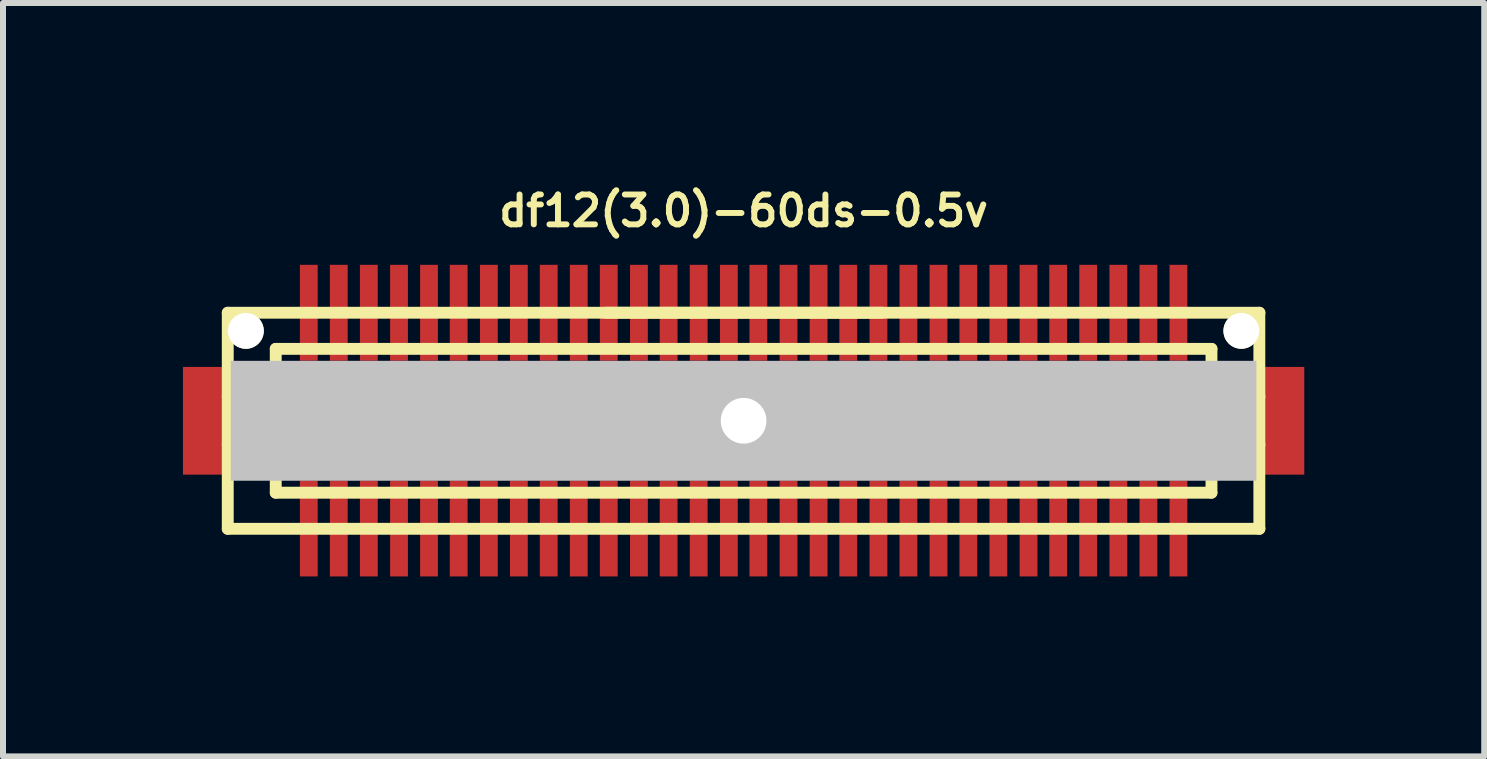
<source format=kicad_pcb>
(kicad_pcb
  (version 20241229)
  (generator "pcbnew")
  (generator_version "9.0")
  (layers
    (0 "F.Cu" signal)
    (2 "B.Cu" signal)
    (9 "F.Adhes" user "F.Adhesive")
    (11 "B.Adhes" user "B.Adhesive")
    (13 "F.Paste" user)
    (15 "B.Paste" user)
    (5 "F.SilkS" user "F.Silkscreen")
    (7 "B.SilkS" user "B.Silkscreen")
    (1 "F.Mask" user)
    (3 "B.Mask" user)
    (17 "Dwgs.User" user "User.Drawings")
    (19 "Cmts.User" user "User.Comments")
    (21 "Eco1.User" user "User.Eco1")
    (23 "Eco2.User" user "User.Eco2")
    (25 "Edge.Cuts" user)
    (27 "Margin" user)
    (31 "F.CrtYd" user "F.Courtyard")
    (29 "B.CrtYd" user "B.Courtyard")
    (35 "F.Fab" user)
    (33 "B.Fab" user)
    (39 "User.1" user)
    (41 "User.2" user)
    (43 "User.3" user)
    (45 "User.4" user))
  (footprint "df12(3.0)-60ds-0.5v"
    (layer "F.Cu")
    (at 9.347 3.965)
    (property "Reference" "df12(3.0)-60ds-0.5v" (at 0 -3.5 0) (layer "F.SilkS") (effects (font (size 0.498 0.498) (thickness 0.099))))
    (attr through_hole)
    (fp_line (start -8.6 -1.801) (end 8.6 -1.801) (stroke (width 0.198) (type solid)) (layer "F.SilkS"))
    (fp_line (start -8.6 1.801) (end -8.6 -1.801) (stroke (width 0.198) (type solid)) (layer "F.SilkS"))
    (fp_line (start -8.6 1.801) (end 8.6 1.801) (stroke (width 0.198) (type solid)) (layer "F.SilkS"))
    (fp_line (start -7.8 -0.701) (end 7.8 -0.701) (stroke (width 0.198) (type solid)) (layer "F.SilkS"))
    (fp_line (start -7.8 -0.399) (end -8.6 -0.399) (stroke (width 0.198) (type solid)) (layer "F.SilkS"))
    (fp_line (start -7.8 0.399) (end -8.6 0.399) (stroke (width 0.198) (type solid)) (layer "F.SilkS"))
    (fp_line (start -7.8 0.701) (end 7.8 0.701) (stroke (width 0.198) (type solid)) (layer "F.SilkS"))
    (fp_line (start -7.8 1.199) (end -7.8 -1.199) (stroke (width 0.198) (type solid)) (layer "F.SilkS"))
    (fp_line (start -2.301 -1.801) (end 2.301 -1.801) (stroke (width 0.198) (type solid)) (layer "F.SilkS"))
    (fp_line (start 7.8 -1.199) (end -7.8 -1.199) (stroke (width 0.198) (type solid)) (layer "F.SilkS"))
    (fp_line (start 7.8 -1.199) (end 7.8 1.199) (stroke (width 0.198) (type solid)) (layer "F.SilkS"))
    (fp_line (start 7.8 -0.399) (end 8.6 -0.399) (stroke (width 0.198) (type solid)) (layer "F.SilkS"))
    (fp_line (start 7.8 1.199) (end -7.8 1.199) (stroke (width 0.198) (type solid)) (layer "F.SilkS"))
    (fp_line (start 8.598 -1.801) (end 8.598 1.801) (stroke (width 0.198) (type solid)) (layer "F.SilkS"))
    (fp_line (start 8.6 0.399) (end 7.8 0.399) (stroke (width 0.198) (type solid)) (layer "F.SilkS"))
    (pad "" smd rect (at -8.948 0) (size 0.798 1.796) (layers "F.Cu" "F.Mask" "F.Paste"))
    (pad "" np_thru_hole circle (at -8.298 -1.499) (size 0.597 0.597) (drill 0.597) (layers "*.Cu" "*.Mask" "F.SilkS"))
    (pad "" np_thru_hole rect (at 0 0) (size 17.099 1.999) (drill 0.762) (layers "Dwgs.User"))
    (pad "" np_thru_hole circle (at 8.298 -1.499) (size 0.597 0.597) (drill 0.597) (layers "*.Cu" "*.Mask" "F.SilkS"))
    (pad "" smd rect (at 8.948 0) (size 0.798 1.796) (layers "F.Cu" "F.Mask" "F.Paste"))
    (pad "1" smd rect (at -7.249 1.796) (size 0.297 1.598) (layers "F.Cu" "F.Mask" "F.Paste"))
    (pad "2" smd rect (at -6.749 1.796) (size 0.297 1.598) (layers "F.Cu" "F.Mask" "F.Paste"))
    (pad "3" smd rect (at -6.248 1.796) (size 0.297 1.598) (layers "F.Cu" "F.Mask" "F.Paste"))
    (pad "4" smd rect (at -5.745 1.796) (size 0.297 1.598) (layers "F.Cu" "F.Mask" "F.Paste"))
    (pad "5" smd rect (at -5.245 1.796) (size 0.297 1.598) (layers "F.Cu" "F.Mask" "F.Paste"))
    (pad "6" smd rect (at -4.75 1.796) (size 0.297 1.598) (layers "F.Cu" "F.Mask" "F.Paste"))
    (pad "7" smd rect (at -4.247 1.796) (size 0.297 1.598) (layers "F.Cu" "F.Mask" "F.Paste"))
    (pad "8" smd rect (at -3.747 1.796) (size 0.297 1.598) (layers "F.Cu" "F.Mask" "F.Paste"))
    (pad "9" smd rect (at -3.249 1.796) (size 0.297 1.598) (layers "F.Cu" "F.Mask" "F.Paste"))
    (pad "10" smd rect (at -2.748 1.796) (size 0.297 1.598) (layers "F.Cu" "F.Mask" "F.Paste"))
    (pad "11" smd rect (at -2.248 1.796) (size 0.297 1.598) (layers "F.Cu" "F.Mask" "F.Paste"))
    (pad "12" smd rect (at -1.745 1.796) (size 0.297 1.598) (layers "F.Cu" "F.Mask" "F.Paste"))
    (pad "13" smd rect (at -1.25 1.796) (size 0.297 1.598) (layers "F.Cu" "F.Mask" "F.Paste"))
    (pad "14" smd rect (at -0.749 1.796) (size 0.297 1.598) (layers "F.Cu" "F.Mask" "F.Paste"))
    (pad "15" smd rect (at -0.246 1.796) (size 0.297 1.598) (layers "F.Cu" "F.Mask" "F.Paste"))
    (pad "16" smd rect (at 0.246 1.796) (size 0.297 1.598) (layers "F.Cu" "F.Mask" "F.Paste"))
    (pad "17" smd rect (at 0.749 1.796) (size 0.297 1.598) (layers "F.Cu" "F.Mask" "F.Paste"))
    (pad "18" smd rect (at 1.25 1.796) (size 0.297 1.598) (layers "F.Cu" "F.Mask" "F.Paste"))
    (pad "19" smd rect (at 1.745 1.796) (size 0.297 1.598) (layers "F.Cu" "F.Mask" "F.Paste"))
    (pad "20" smd rect (at 2.248 1.796) (size 0.297 1.598) (layers "F.Cu" "F.Mask" "F.Paste"))
    (pad "21" smd rect (at 2.748 1.796) (size 0.297 1.598) (layers "F.Cu" "F.Mask" "F.Paste"))
    (pad "22" smd rect (at 3.249 1.796) (size 0.297 1.598) (layers "F.Cu" "F.Mask" "F.Paste"))
    (pad "23" smd rect (at 3.747 1.796) (size 0.297 1.598) (layers "F.Cu" "F.Mask" "F.Paste"))
    (pad "24" smd rect (at 4.247 1.796) (size 0.297 1.598) (layers "F.Cu" "F.Mask" "F.Paste"))
    (pad "25" smd rect (at 4.75 1.796) (size 0.297 1.598) (layers "F.Cu" "F.Mask" "F.Paste"))
    (pad "26" smd rect (at 5.245 1.796) (size 0.297 1.598) (layers "F.Cu" "F.Mask" "F.Paste"))
    (pad "27" smd rect (at 5.745 1.796) (size 0.297 1.598) (layers "F.Cu" "F.Mask" "F.Paste"))
    (pad "28" smd rect (at 6.248 1.796) (size 0.297 1.598) (layers "F.Cu" "F.Mask" "F.Paste"))
    (pad "29" smd rect (at 6.749 1.796) (size 0.297 1.598) (layers "F.Cu" "F.Mask" "F.Paste"))
    (pad "30" smd rect (at 7.249 1.796) (size 0.297 1.598) (layers "F.Cu" "F.Mask" "F.Paste"))
    (pad "31" smd rect (at 7.249 -1.801) (size 0.297 1.598) (layers "F.Cu" "F.Mask" "F.Paste"))
    (pad "32" smd rect (at 6.749 -1.801) (size 0.297 1.598) (layers "F.Cu" "F.Mask" "F.Paste"))
    (pad "33" smd rect (at 6.248 -1.801) (size 0.297 1.598) (layers "F.Cu" "F.Mask" "F.Paste"))
    (pad "34" smd rect (at 5.745 -1.801) (size 0.297 1.598) (layers "F.Cu" "F.Mask" "F.Paste"))
    (pad "35" smd rect (at 5.245 -1.801) (size 0.297 1.598) (layers "F.Cu" "F.Mask" "F.Paste"))
    (pad "36" smd rect (at 4.75 -1.801) (size 0.297 1.598) (layers "F.Cu" "F.Mask" "F.Paste"))
    (pad "37" smd rect (at 4.247 -1.801) (size 0.297 1.598) (layers "F.Cu" "F.Mask" "F.Paste"))
    (pad "38" smd rect (at 3.747 -1.801) (size 0.297 1.598) (layers "F.Cu" "F.Mask" "F.Paste"))
    (pad "39" smd rect (at 3.249 -1.801) (size 0.297 1.598) (layers "F.Cu" "F.Mask" "F.Paste"))
    (pad "40" smd rect (at 2.748 -1.801) (size 0.297 1.598) (layers "F.Cu" "F.Mask" "F.Paste"))
    (pad "41" smd rect (at 2.248 -1.801) (size 0.297 1.598) (layers "F.Cu" "F.Mask" "F.Paste"))
    (pad "42" smd rect (at 1.745 -1.801) (size 0.297 1.598) (layers "F.Cu" "F.Mask" "F.Paste"))
    (pad "43" smd rect (at 1.25 -1.801) (size 0.297 1.598) (layers "F.Cu" "F.Mask" "F.Paste"))
    (pad "44" smd rect (at 0.749 -1.801) (size 0.297 1.598) (layers "F.Cu" "F.Mask" "F.Paste"))
    (pad "45" smd rect (at 0.246 -1.801) (size 0.297 1.598) (layers "F.Cu" "F.Mask" "F.Paste"))
    (pad "46" smd rect (at -0.246 -1.801) (size 0.297 1.598) (layers "F.Cu" "F.Mask" "F.Paste"))
    (pad "47" smd rect (at -0.749 -1.801) (size 0.297 1.598) (layers "F.Cu" "F.Mask" "F.Paste"))
    (pad "48" smd rect (at -1.25 -1.801) (size 0.297 1.598) (layers "F.Cu" "F.Mask" "F.Paste"))
    (pad "49" smd rect (at -1.745 -1.801) (size 0.297 1.598) (layers "F.Cu" "F.Mask" "F.Paste"))
    (pad "50" smd rect (at -2.248 -1.801) (size 0.297 1.598) (layers "F.Cu" "F.Mask" "F.Paste"))
    (pad "51" smd rect (at -2.748 -1.801) (size 0.297 1.598) (layers "F.Cu" "F.Mask" "F.Paste"))
    (pad "52" smd rect (at -3.249 -1.801) (size 0.297 1.598) (layers "F.Cu" "F.Mask" "F.Paste"))
    (pad "53" smd rect (at -3.747 -1.801) (size 0.297 1.598) (layers "F.Cu" "F.Mask" "F.Paste"))
    (pad "54" smd rect (at -4.247 -1.801) (size 0.297 1.598) (layers "F.Cu" "F.Mask" "F.Paste"))
    (pad "55" smd rect (at -4.75 -1.801) (size 0.297 1.598) (layers "F.Cu" "F.Mask" "F.Paste"))
    (pad "56" smd rect (at -5.245 -1.801) (size 0.297 1.598) (layers "F.Cu" "F.Mask" "F.Paste"))
    (pad "57" smd rect (at -5.745 -1.801) (size 0.297 1.598) (layers "F.Cu" "F.Mask" "F.Paste"))
    (pad "58" smd rect (at -6.248 -1.801) (size 0.297 1.598) (layers "F.Cu" "F.Mask" "F.Paste"))
    (pad "59" smd rect (at -6.749 -1.801) (size 0.297 1.598) (layers "F.Cu" "F.Mask" "F.Paste"))
    (pad "60" smd rect (at -7.249 -1.801) (size 0.297 1.598) (layers "F.Cu" "F.Mask" "F.Paste")))
  (gr_rect
    (start -3 -3)
    (end 21.694 9.56)
    (stroke (width 0.1) (type default))
    (fill no)
    (layer "Edge.Cuts")))
</source>
